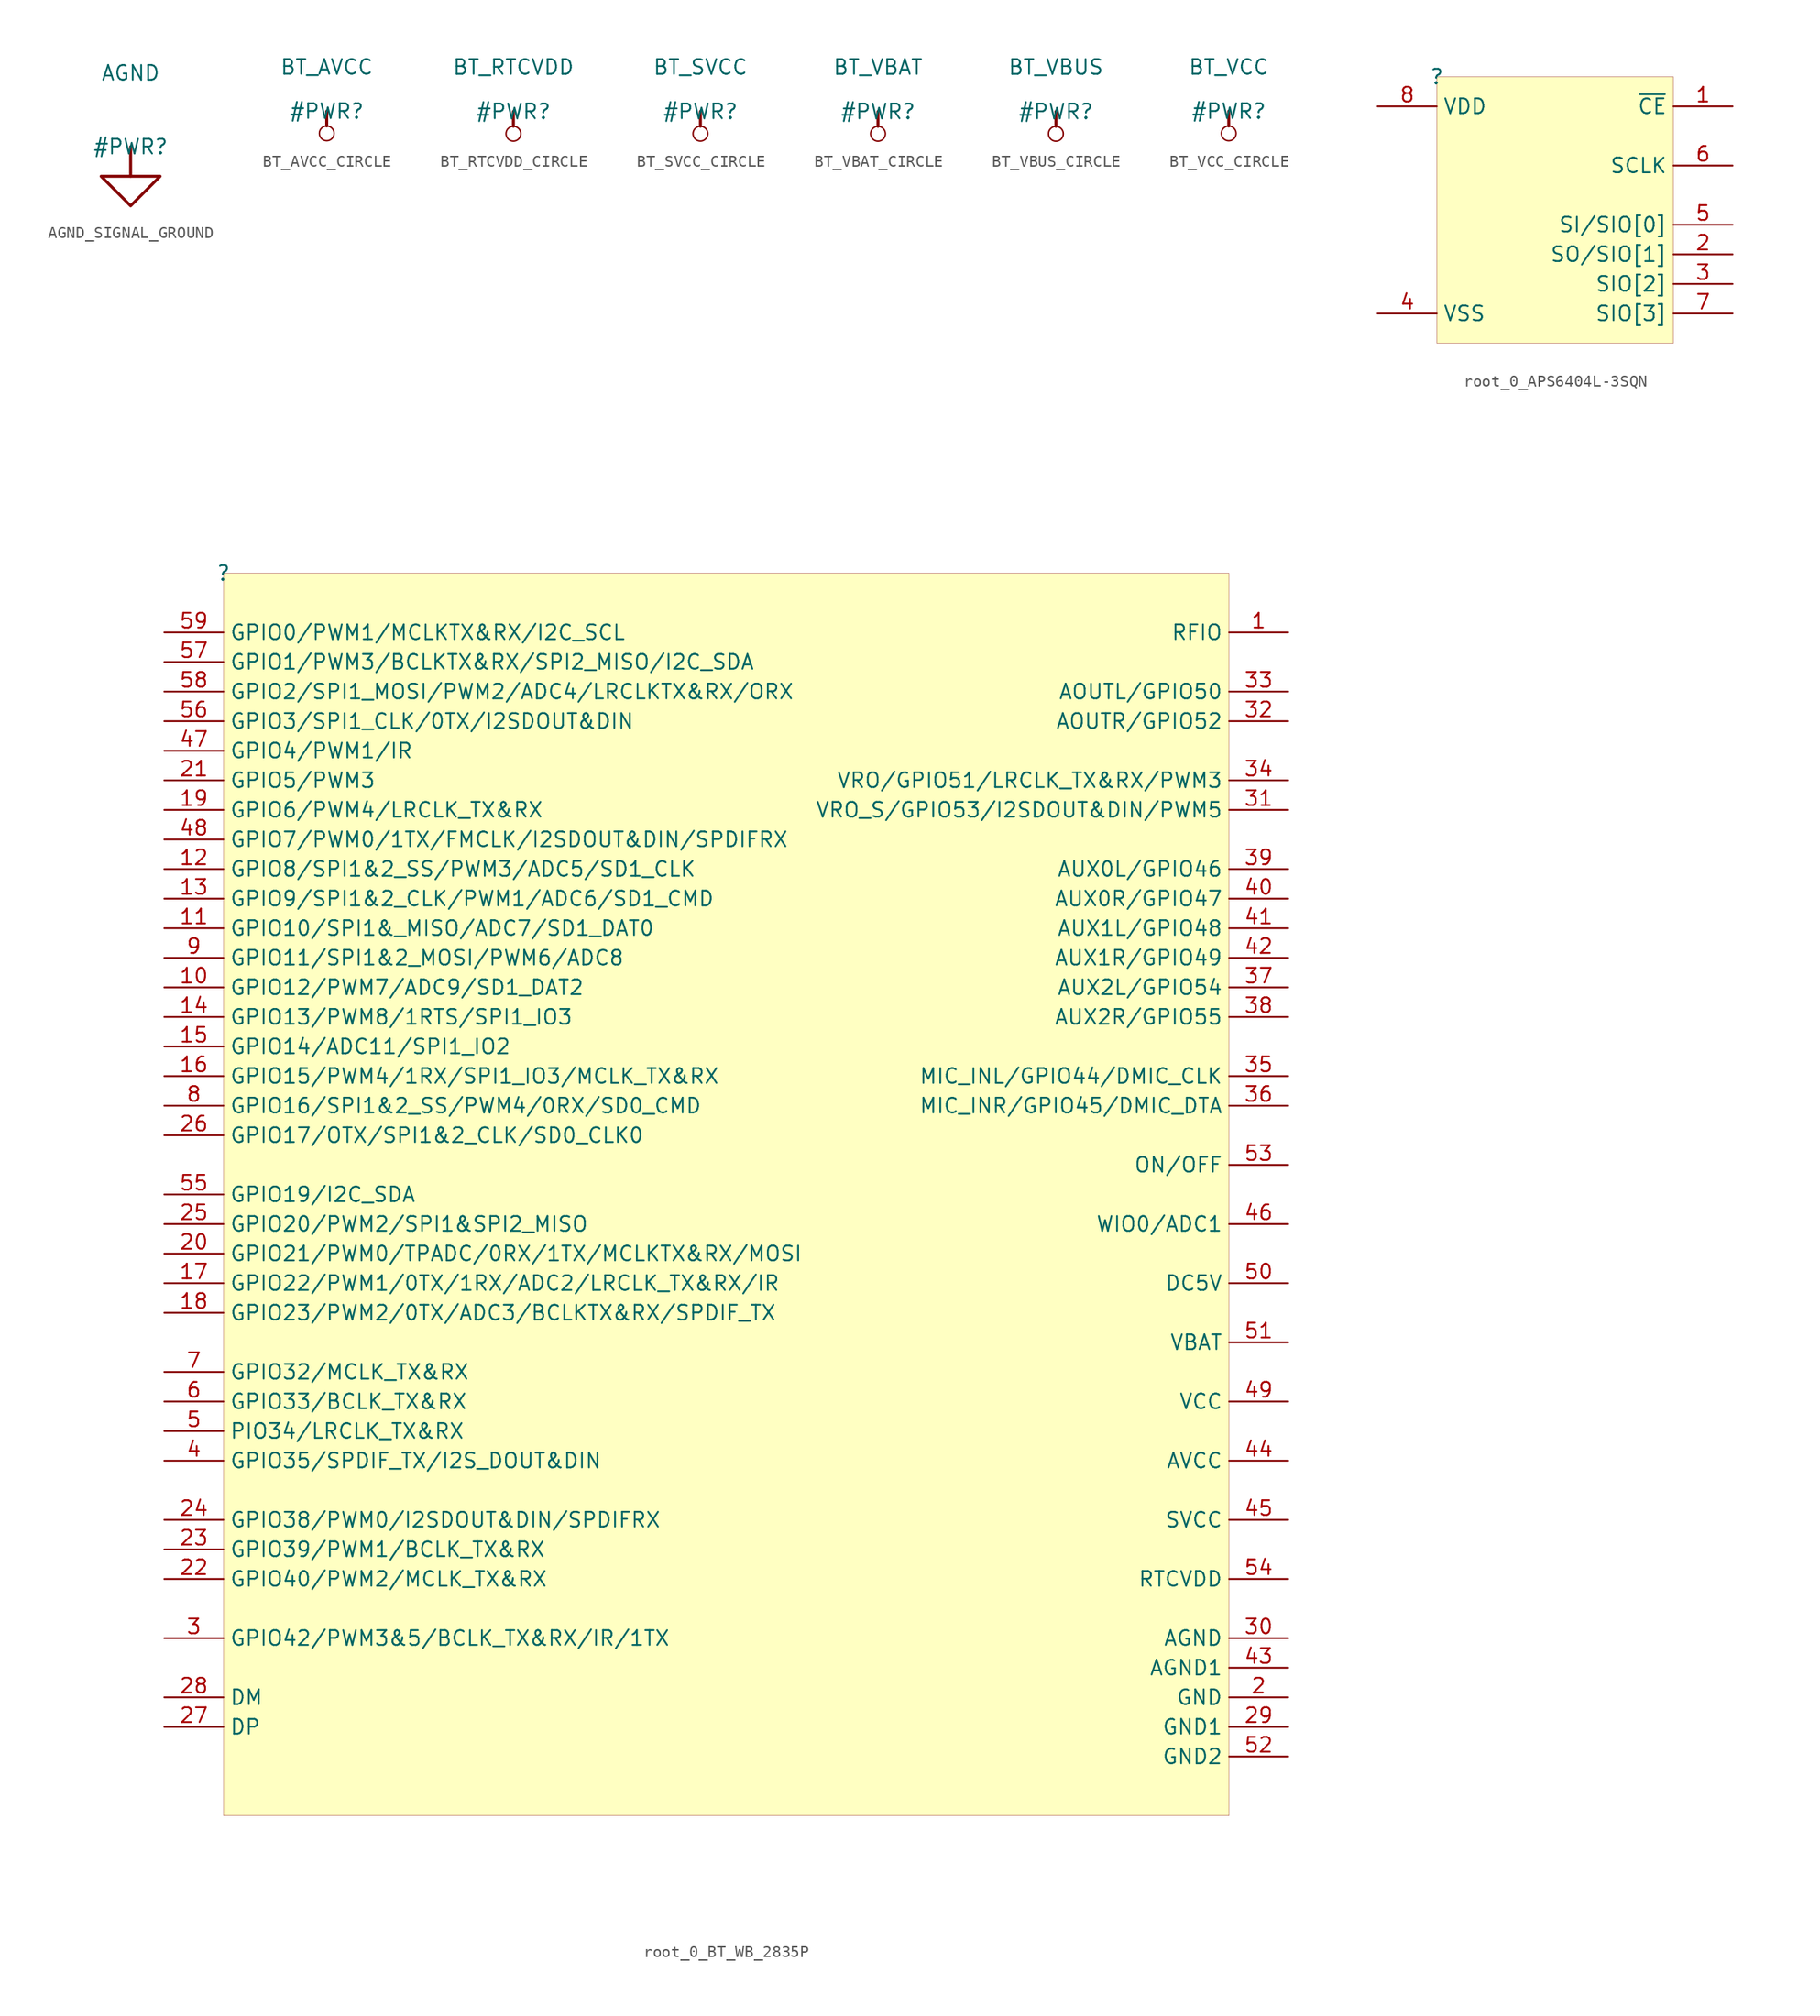
<source format=kicad_sym>
(kicad_symbol_lib
  (version 20231120)
  (generator "kicad_symbol_editor")
  (generator_version "8.0")
  (symbol "AGND_SIGNAL_GROUND"
    (power)
    (property "Reference" "#PWR"
      (at 0 0 0)
      (effects (font (size 1.27 1.27))))
    (property "Value" "AGND"
      (at 0 6.35 0)
      (effects (font (size 1.27 1.27))))
    (symbol "AGND_SIGNAL_GROUND_0_0"
      (polyline (pts (xy 0 0) (xy 0 -2.54)) (stroke (width 0.254) (type solid)) (fill (type none)))
      (polyline (pts (xy -2.54 -2.54) (xy 2.54 -2.54) (xy 0 -5.08) (xy -2.54 -2.54)) (stroke (width 0.254) (type solid)) (fill (type none)))
      (pin power_in line (at 0 0 0) (length 0) hide (name "AGND" (effects (font (size 1.27 1.27)))) (number "" (effects (font (size 1.27 1.27)))))))
  (symbol "BT_AVCC_CIRCLE"
    (power)
    (property "Reference" "#PWR"
      (at 0 0 0)
      (effects (font (size 1.27 1.27))))
    (property "Value" "BT_AVCC"
      (at 0 3.81 0)
      (effects (font (size 1.27 1.27))))
    (symbol "BT_AVCC_CIRCLE_0_0"
      (circle (center 0 -1.905) (radius 0.635) (stroke (width 0.127) (type solid)) (fill (type none)))
      (polyline (pts (xy 0 0) (xy 0 -1.27)) (stroke (width 0.254) (type solid)) (fill (type none)))
      (pin power_in line (at 0 0 0) (length 0) hide (name "BT_AVCC" (effects (font (size 1.27 1.27)))) (number "" (effects (font (size 1.27 1.27)))))))
  (symbol "BT_RTCVDD_CIRCLE"
    (power)
    (property "Reference" "#PWR"
      (at 0 0 0)
      (effects (font (size 1.27 1.27))))
    (property "Value" "BT_RTCVDD"
      (at 0 3.81 0)
      (effects (font (size 1.27 1.27))))
    (symbol "BT_RTCVDD_CIRCLE_0_0"
      (circle (center 0 -1.905) (radius 0.635) (stroke (width 0.127) (type solid)) (fill (type none)))
      (polyline (pts (xy 0 0) (xy 0 -1.27)) (stroke (width 0.254) (type solid)) (fill (type none)))
      (pin power_in line (at 0 0 0) (length 0) hide (name "BT_RTCVDD" (effects (font (size 1.27 1.27)))) (number "" (effects (font (size 1.27 1.27)))))))
  (symbol "BT_SVCC_CIRCLE"
    (power)
    (property "Reference" "#PWR"
      (at 0 0 0)
      (effects (font (size 1.27 1.27))))
    (property "Value" "BT_SVCC"
      (at 0 3.81 0)
      (effects (font (size 1.27 1.27))))
    (symbol "BT_SVCC_CIRCLE_0_0"
      (circle (center 0 -1.905) (radius 0.635) (stroke (width 0.127) (type solid)) (fill (type none)))
      (polyline (pts (xy 0 0) (xy 0 -1.27)) (stroke (width 0.254) (type solid)) (fill (type none)))
      (pin power_in line (at 0 0 0) (length 0) hide (name "BT_SVCC" (effects (font (size 1.27 1.27)))) (number "" (effects (font (size 1.27 1.27)))))))
  (symbol "BT_VBAT_CIRCLE"
    (power)
    (property "Reference" "#PWR"
      (at 0 0 0)
      (effects (font (size 1.27 1.27))))
    (property "Value" "BT_VBAT"
      (at 0 3.81 0)
      (effects (font (size 1.27 1.27))))
    (symbol "BT_VBAT_CIRCLE_0_0"
      (circle (center 0 -1.905) (radius 0.635) (stroke (width 0.127) (type solid)) (fill (type none)))
      (polyline (pts (xy 0 0) (xy 0 -1.27)) (stroke (width 0.254) (type solid)) (fill (type none)))
      (pin power_in line (at 0 0 0) (length 0) hide (name "BT_VBAT" (effects (font (size 1.27 1.27)))) (number "" (effects (font (size 1.27 1.27)))))))
  (symbol "BT_VBUS_CIRCLE"
    (power)
    (property "Reference" "#PWR"
      (at 0 0 0)
      (effects (font (size 1.27 1.27))))
    (property "Value" "BT_VBUS"
      (at 0 3.81 0)
      (effects (font (size 1.27 1.27))))
    (symbol "BT_VBUS_CIRCLE_0_0"
      (circle (center 0 -1.905) (radius 0.635) (stroke (width 0.127) (type solid)) (fill (type none)))
      (polyline (pts (xy 0 0) (xy 0 -1.27)) (stroke (width 0.254) (type solid)) (fill (type none)))
      (pin power_in line (at 0 0 0) (length 0) hide (name "BT_VBUS" (effects (font (size 1.27 1.27)))) (number "" (effects (font (size 1.27 1.27)))))))
  (symbol "BT_VCC_CIRCLE"
    (power)
    (property "Reference" "#PWR"
      (at 0 0 0)
      (effects (font (size 1.27 1.27))))
    (property "Value" "BT_VCC"
      (at 0 3.81 0)
      (effects (font (size 1.27 1.27))))
    (symbol "BT_VCC_CIRCLE_0_0"
      (circle (center 0 -1.905) (radius 0.635) (stroke (width 0.127) (type solid)) (fill (type none)))
      (polyline (pts (xy 0 0) (xy 0 -1.27)) (stroke (width 0.254) (type solid)) (fill (type none)))
      (pin power_in line (at 0 0 0) (length 0) hide (name "BT_VCC" (effects (font (size 1.27 1.27)))) (number "" (effects (font (size 1.27 1.27)))))))
  (symbol "root_0_APS6404L-3SQN"
    (property "Reference" ""
      (at 0 0 0)
      (effects (font (size 1.27 1.27))))
    (property "Value" ""
      (at 0 0 0)
      (effects (font (size 1.27 1.27))))
    (symbol "root_0_APS6404L-3SQN_1_0"
      (rectangle (start 20.32 0) (end 0 -22.86) (stroke (width 0.025) (type solid) (color 128 0 0 1)) (fill (type background)))
      (pin passive line (at 25.4 -2.54 180) (length 5.08) (name "~{CE}" (effects (font (size 1.27 1.27)))) (number "1" (effects (font (size 1.27 1.27)))))
      (pin passive line (at 25.4 -15.24 180) (length 5.08) (name "SO/SIO[1]" (effects (font (size 1.27 1.27)))) (number "2" (effects (font (size 1.27 1.27)))))
      (pin passive line (at 25.4 -17.78 180) (length 5.08) (name "SIO[2]" (effects (font (size 1.27 1.27)))) (number "3" (effects (font (size 1.27 1.27)))))
      (pin passive line (at -5.08 -20.32 0) (length 5.08) (name "VSS" (effects (font (size 1.27 1.27)))) (number "4" (effects (font (size 1.27 1.27)))))
      (pin passive line (at 25.4 -12.7 180) (length 5.08) (name "SI/SIO[0]" (effects (font (size 1.27 1.27)))) (number "5" (effects (font (size 1.27 1.27)))))
      (pin passive line (at 25.4 -7.62 180) (length 5.08) (name "SCLK" (effects (font (size 1.27 1.27)))) (number "6" (effects (font (size 1.27 1.27)))))
      (pin passive line (at 25.4 -20.32 180) (length 5.08) (name "SIO[3]" (effects (font (size 1.27 1.27)))) (number "7" (effects (font (size 1.27 1.27)))))
      (pin passive line (at -5.08 -2.54 0) (length 5.08) (name "VDD" (effects (font (size 1.27 1.27)))) (number "8" (effects (font (size 1.27 1.27)))))))
  (symbol "root_0_BT_WB_2835P"
    (property "Reference" ""
      (at 0 0 0)
      (effects (font (size 1.27 1.27))))
    (property "Value" ""
      (at 0 0 0)
      (effects (font (size 1.27 1.27))))
    (symbol "root_0_BT_WB_2835P_1_0"
      (rectangle (start 86.36 0) (end 0 -106.68) (stroke (width 0.025) (type solid) (color 128 0 0 1)) (fill (type background)))
      (pin passive line (at 91.44 -5.08 180) (length 5.08) (name "RFIO" (effects (font (size 1.27 1.27)))) (number "1" (effects (font (size 1.27 1.27)))))
      (pin passive line (at -5.08 -35.56 0) (length 5.08) (name "GPIO12/PWM7/ADC9/SD1_DAT2" (effects (font (size 1.27 1.27)))) (number "10" (effects (font (size 1.27 1.27)))))
      (pin passive line (at -5.08 -30.48 0) (length 5.08) (name "GPIO10/SPI1&_MISO/ADC7/SD1_DAT0" (effects (font (size 1.27 1.27)))) (number "11" (effects (font (size 1.27 1.27)))))
      (pin passive line (at -5.08 -25.4 0) (length 5.08) (name "GPIO8/SPI1&2_SS/PWM3/ADC5/SD1_CLK" (effects (font (size 1.27 1.27)))) (number "12" (effects (font (size 1.27 1.27)))))
      (pin passive line (at -5.08 -27.94 0) (length 5.08) (name "GPIO9/SPI1&2_CLK/PWM1/ADC6/SD1_CMD" (effects (font (size 1.27 1.27)))) (number "13" (effects (font (size 1.27 1.27)))))
      (pin passive line (at -5.08 -38.1 0) (length 5.08) (name "GPIO13/PWM8/1RTS/SPI1_IO3" (effects (font (size 1.27 1.27)))) (number "14" (effects (font (size 1.27 1.27)))))
      (pin passive line (at -5.08 -40.64 0) (length 5.08) (name "GPIO14/ADC11/SPI1_IO2" (effects (font (size 1.27 1.27)))) (number "15" (effects (font (size 1.27 1.27)))))
      (pin passive line (at -5.08 -43.18 0) (length 5.08) (name "GPIO15/PWM4/1RX/SPI1_IO3/MCLK_TX&RX" (effects (font (size 1.27 1.27)))) (number "16" (effects (font (size 1.27 1.27)))))
      (pin passive line (at -5.08 -60.96 0) (length 5.08) (name "GPIO22/PWM1/0TX/1RX/ADC2/LRCLK_TX&RX/IR" (effects (font (size 1.27 1.27)))) (number "17" (effects (font (size 1.27 1.27)))))
      (pin passive line (at -5.08 -63.5 0) (length 5.08) (name "GPIO23/PWM2/0TX/ADC3/BCLKTX&RX/SPDIF_TX" (effects (font (size 1.27 1.27)))) (number "18" (effects (font (size 1.27 1.27)))))
      (pin passive line (at -5.08 -20.32 0) (length 5.08) (name "GPIO6/PWM4/LRCLK_TX&RX" (effects (font (size 1.27 1.27)))) (number "19" (effects (font (size 1.27 1.27)))))
      (pin passive line (at 91.44 -96.52 180) (length 5.08) (name "GND" (effects (font (size 1.27 1.27)))) (number "2" (effects (font (size 1.27 1.27)))))
      (pin passive line (at -5.08 -58.42 0) (length 5.08) (name "GPIO21/PWM0/TPADC/0RX/1TX/MCLKTX&RX/MOSI" (effects (font (size 1.27 1.27)))) (number "20" (effects (font (size 1.27 1.27)))))
      (pin passive line (at -5.08 -17.78 0) (length 5.08) (name "GPIO5/PWM3" (effects (font (size 1.27 1.27)))) (number "21" (effects (font (size 1.27 1.27)))))
      (pin passive line (at -5.08 -86.36 0) (length 5.08) (name "GPIO40/PWM2/MCLK_TX&RX" (effects (font (size 1.27 1.27)))) (number "22" (effects (font (size 1.27 1.27)))))
      (pin passive line (at -5.08 -83.82 0) (length 5.08) (name "GPIO39/PWM1/BCLK_TX&RX" (effects (font (size 1.27 1.27)))) (number "23" (effects (font (size 1.27 1.27)))))
      (pin passive line (at -5.08 -81.28 0) (length 5.08) (name "GPIO38/PWM0/I2SDOUT&DIN/SPDIFRX" (effects (font (size 1.27 1.27)))) (number "24" (effects (font (size 1.27 1.27)))))
      (pin passive line (at -5.08 -55.88 0) (length 5.08) (name "GPIO20/PWM2/SPI1&SPI2_MISO" (effects (font (size 1.27 1.27)))) (number "25" (effects (font (size 1.27 1.27)))))
      (pin passive line (at -5.08 -48.26 0) (length 5.08) (name "GPIO17/OTX/SPI1&2_CLK/SD0_CLK0" (effects (font (size 1.27 1.27)))) (number "26" (effects (font (size 1.27 1.27)))))
      (pin passive line (at -5.08 -99.06 0) (length 5.08) (name "DP" (effects (font (size 1.27 1.27)))) (number "27" (effects (font (size 1.27 1.27)))))
      (pin passive line (at -5.08 -96.52 0) (length 5.08) (name "DM" (effects (font (size 1.27 1.27)))) (number "28" (effects (font (size 1.27 1.27)))))
      (pin passive line (at 91.44 -99.06 180) (length 5.08) (name "GND1" (effects (font (size 1.27 1.27)))) (number "29" (effects (font (size 1.27 1.27)))))
      (pin passive line (at -5.08 -91.44 0) (length 5.08) (name "GPIO42/PWM3&5/BCLK_TX&RX/IR/1TX" (effects (font (size 1.27 1.27)))) (number "3" (effects (font (size 1.27 1.27)))))
      (pin passive line (at 91.44 -91.44 180) (length 5.08) (name "AGND" (effects (font (size 1.27 1.27)))) (number "30" (effects (font (size 1.27 1.27)))))
      (pin passive line (at 91.44 -20.32 180) (length 5.08) (name "VRO_S/GPIO53/I2SDOUT&DIN/PWM5" (effects (font (size 1.27 1.27)))) (number "31" (effects (font (size 1.27 1.27)))))
      (pin passive line (at 91.44 -12.7 180) (length 5.08) (name "AOUTR/GPIO52" (effects (font (size 1.27 1.27)))) (number "32" (effects (font (size 1.27 1.27)))))
      (pin passive line (at 91.44 -10.16 180) (length 5.08) (name "AOUTL/GPIO50" (effects (font (size 1.27 1.27)))) (number "33" (effects (font (size 1.27 1.27)))))
      (pin passive line (at 91.44 -17.78 180) (length 5.08) (name "VRO/GPIO51/LRCLK_TX&RX/PWM3" (effects (font (size 1.27 1.27)))) (number "34" (effects (font (size 1.27 1.27)))))
      (pin passive line (at 91.44 -43.18 180) (length 5.08) (name "MIC_INL/GPIO44/DMIC_CLK" (effects (font (size 1.27 1.27)))) (number "35" (effects (font (size 1.27 1.27)))))
      (pin passive line (at 91.44 -45.72 180) (length 5.08) (name "MIC_INR/GPIO45/DMIC_DTA" (effects (font (size 1.27 1.27)))) (number "36" (effects (font (size 1.27 1.27)))))
      (pin passive line (at 91.44 -35.56 180) (length 5.08) (name "AUX2L/GPIO54" (effects (font (size 1.27 1.27)))) (number "37" (effects (font (size 1.27 1.27)))))
      (pin passive line (at 91.44 -38.1 180) (length 5.08) (name "AUX2R/GPIO55" (effects (font (size 1.27 1.27)))) (number "38" (effects (font (size 1.27 1.27)))))
      (pin passive line (at 91.44 -25.4 180) (length 5.08) (name "AUX0L/GPIO46" (effects (font (size 1.27 1.27)))) (number "39" (effects (font (size 1.27 1.27)))))
      (pin passive line (at -5.08 -76.2 0) (length 5.08) (name "GPIO35/SPDIF_TX/I2S_DOUT&DIN" (effects (font (size 1.27 1.27)))) (number "4" (effects (font (size 1.27 1.27)))))
      (pin passive line (at 91.44 -27.94 180) (length 5.08) (name "AUX0R/GPIO47" (effects (font (size 1.27 1.27)))) (number "40" (effects (font (size 1.27 1.27)))))
      (pin passive line (at 91.44 -30.48 180) (length 5.08) (name "AUX1L/GPIO48" (effects (font (size 1.27 1.27)))) (number "41" (effects (font (size 1.27 1.27)))))
      (pin passive line (at 91.44 -33.02 180) (length 5.08) (name "AUX1R/GPIO49" (effects (font (size 1.27 1.27)))) (number "42" (effects (font (size 1.27 1.27)))))
      (pin passive line (at 91.44 -93.98 180) (length 5.08) (name "AGND1" (effects (font (size 1.27 1.27)))) (number "43" (effects (font (size 1.27 1.27)))))
      (pin passive line (at 91.44 -76.2 180) (length 5.08) (name "AVCC" (effects (font (size 1.27 1.27)))) (number "44" (effects (font (size 1.27 1.27)))))
      (pin passive line (at 91.44 -81.28 180) (length 5.08) (name "SVCC" (effects (font (size 1.27 1.27)))) (number "45" (effects (font (size 1.27 1.27)))))
      (pin passive line (at 91.44 -55.88 180) (length 5.08) (name "WIO0/ADC1" (effects (font (size 1.27 1.27)))) (number "46" (effects (font (size 1.27 1.27)))))
      (pin passive line (at -5.08 -15.24 0) (length 5.08) (name "GPIO4/PWM1/IR" (effects (font (size 1.27 1.27)))) (number "47" (effects (font (size 1.27 1.27)))))
      (pin passive line (at -5.08 -22.86 0) (length 5.08) (name "GPIO7/PWM0/1TX/FMCLK/I2SDOUT&DIN/SPDIFRX" (effects (font (size 1.27 1.27)))) (number "48" (effects (font (size 1.27 1.27)))))
      (pin passive line (at 91.44 -71.12 180) (length 5.08) (name "VCC" (effects (font (size 1.27 1.27)))) (number "49" (effects (font (size 1.27 1.27)))))
      (pin passive line (at -5.08 -73.66 0) (length 5.08) (name "PIO34/LRCLK_TX&RX" (effects (font (size 1.27 1.27)))) (number "5" (effects (font (size 1.27 1.27)))))
      (pin passive line (at 91.44 -60.96 180) (length 5.08) (name "DC5V" (effects (font (size 1.27 1.27)))) (number "50" (effects (font (size 1.27 1.27)))))
      (pin passive line (at 91.44 -66.04 180) (length 5.08) (name "VBAT" (effects (font (size 1.27 1.27)))) (number "51" (effects (font (size 1.27 1.27)))))
      (pin passive line (at 91.44 -101.6 180) (length 5.08) (name "GND2" (effects (font (size 1.27 1.27)))) (number "52" (effects (font (size 1.27 1.27)))))
      (pin passive line (at 91.44 -50.8 180) (length 5.08) (name "ON/OFF" (effects (font (size 1.27 1.27)))) (number "53" (effects (font (size 1.27 1.27)))))
      (pin passive line (at 91.44 -86.36 180) (length 5.08) (name "RTCVDD" (effects (font (size 1.27 1.27)))) (number "54" (effects (font (size 1.27 1.27)))))
      (pin passive line (at -5.08 -53.34 0) (length 5.08) (name "GPIO19/I2C_SDA" (effects (font (size 1.27 1.27)))) (number "55" (effects (font (size 1.27 1.27)))))
      (pin passive line (at -5.08 -12.7 0) (length 5.08) (name "GPIO3/SPI1_CLK/0TX/I2SDOUT&DIN" (effects (font (size 1.27 1.27)))) (number "56" (effects (font (size 1.27 1.27)))))
      (pin passive line (at -5.08 -7.62 0) (length 5.08) (name "GPIO1/PWM3/BCLKTX&RX/SPI2_MISO/I2C_SDA" (effects (font (size 1.27 1.27)))) (number "57" (effects (font (size 1.27 1.27)))))
      (pin passive line (at -5.08 -10.16 0) (length 5.08) (name "GPIO2/SPI1_MOSI/PWM2/ADC4/LRCLKTX&RX/ORX" (effects (font (size 1.27 1.27)))) (number "58" (effects (font (size 1.27 1.27)))))
      (pin passive line (at -5.08 -5.08 0) (length 5.08) (name "GPIO0/PWM1/MCLKTX&RX/I2C_SCL" (effects (font (size 1.27 1.27)))) (number "59" (effects (font (size 1.27 1.27)))))
      (pin passive line (at -5.08 -71.12 0) (length 5.08) (name "GPIO33/BCLK_TX&RX" (effects (font (size 1.27 1.27)))) (number "6" (effects (font (size 1.27 1.27)))))
      (pin passive line (at -5.08 -68.58 0) (length 5.08) (name "GPIO32/MCLK_TX&RX" (effects (font (size 1.27 1.27)))) (number "7" (effects (font (size 1.27 1.27)))))
      (pin passive line (at -5.08 -45.72 0) (length 5.08) (name "GPIO16/SPI1&2_SS/PWM4/0RX/SD0_CMD" (effects (font (size 1.27 1.27)))) (number "8" (effects (font (size 1.27 1.27)))))
      (pin passive line (at -5.08 -33.02 0) (length 5.08) (name "GPIO11/SPI1&2_MOSI/PWM6/ADC8" (effects (font (size 1.27 1.27)))) (number "9" (effects (font (size 1.27 1.27))))))))
</source>
